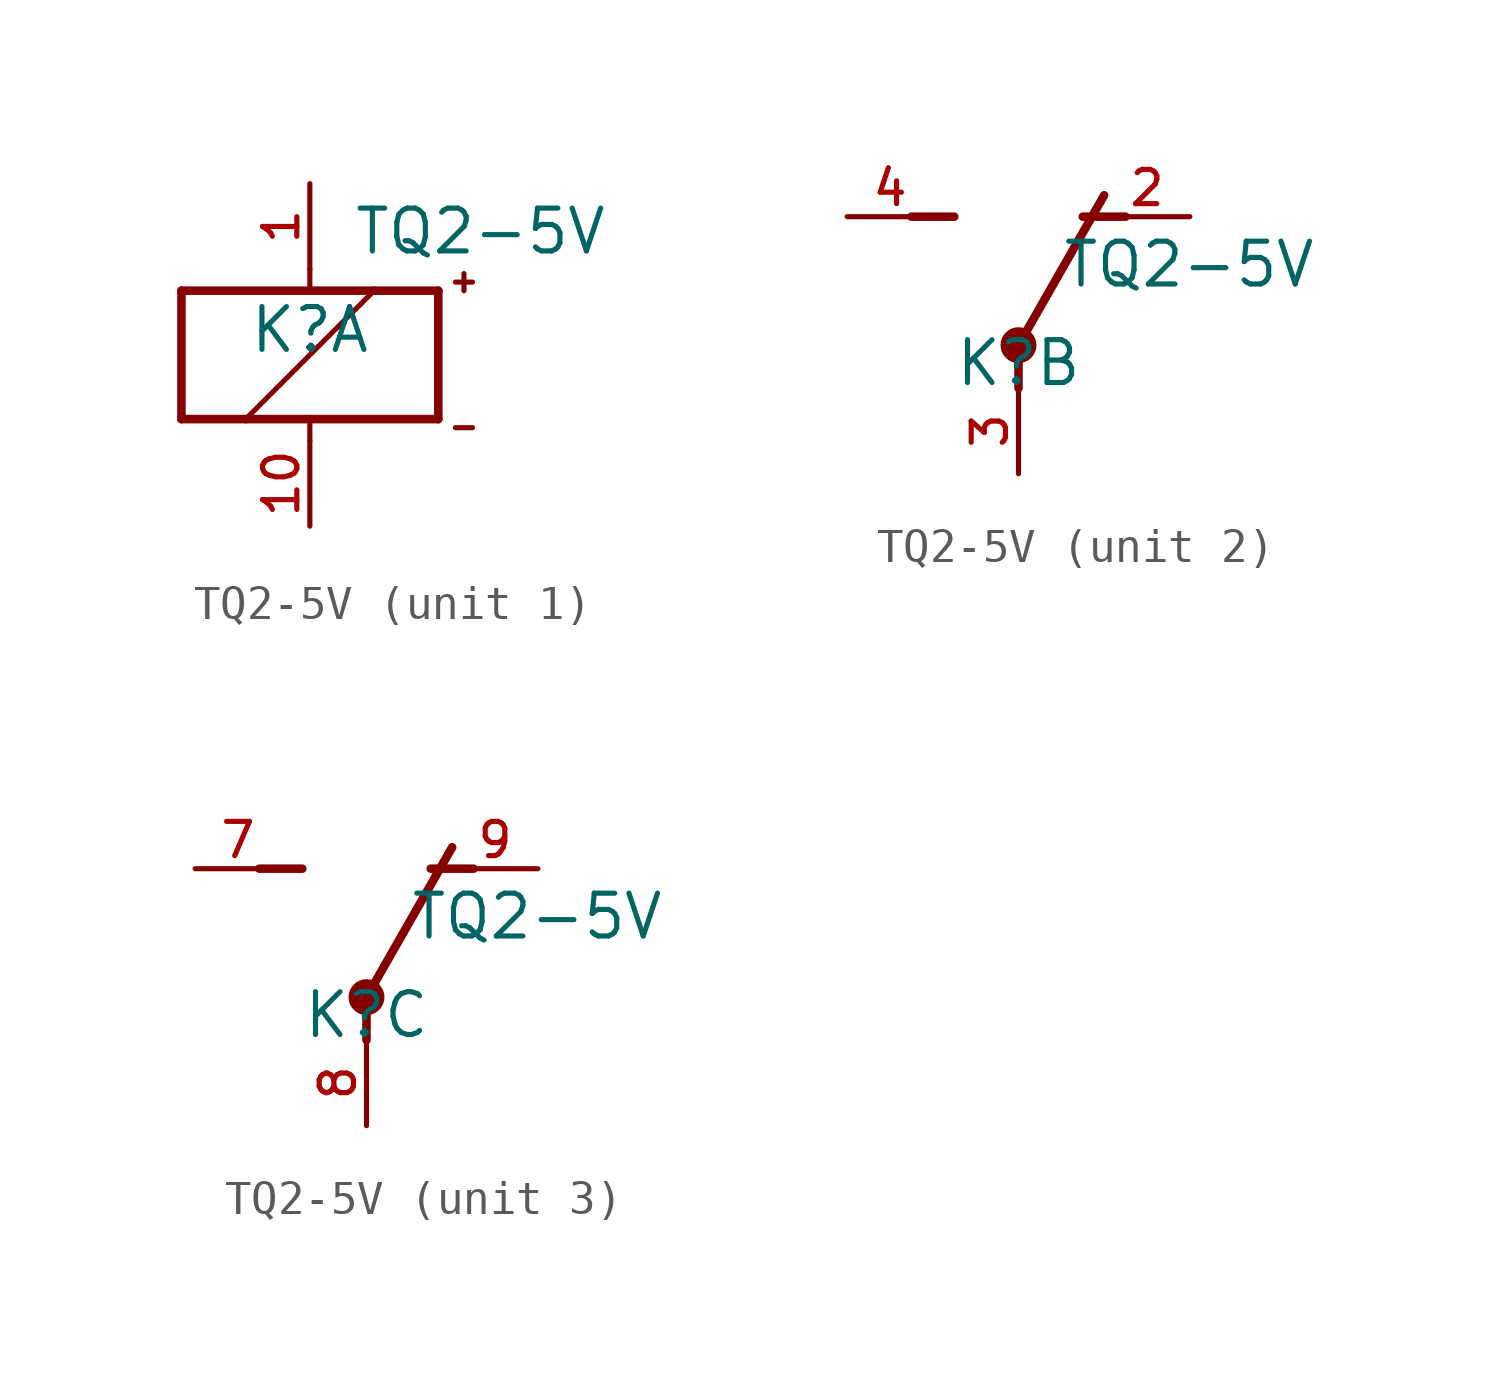
<source format=kicad_sym>
(kicad_symbol_lib
  (version 20241209)
  (generator "kicad_symbol_editor")
  (generator_version "9.0")
  (symbol "TQ2-5V"
    (pin_names
      (offset 1.016))
    (property "Reference" "K"
      (at 0 0 0)
      (effects (font (size 1.27 1.27)) (justify bottom)))
    (property "Value" "TQ2-5V"
      (at 1.27 2.921 0)
      (effects (font (size 1.27 1.27)) (justify left bottom)))
    (symbol "TQ2-5V_1_0"
      (polyline (pts (xy -3.81 1.905) (xy -3.81 -1.905)) (stroke (width 0.254) (type default)) (fill (type none)))
      (polyline (pts (xy -3.81 -1.905) (xy -1.905 -1.905)) (stroke (width 0.254) (type default)) (fill (type none)))
      (polyline (pts (xy -1.905 -1.905) (xy 0 -1.905)) (stroke (width 0.254) (type default)) (fill (type none)))
      (polyline (pts (xy -1.905 -1.905) (xy 1.905 1.905)) (stroke (width 0.152) (type default)) (fill (type none)))
      (polyline (pts (xy 0 2.54) (xy 0 1.905)) (stroke (width 0.152) (type default)) (fill (type none)))
      (polyline (pts (xy 0 1.905) (xy -3.81 1.905)) (stroke (width 0.254) (type default)) (fill (type none)))
      (polyline (pts (xy 0 -1.905) (xy 3.81 -1.905)) (stroke (width 0.254) (type default)) (fill (type none)))
      (polyline (pts (xy 0 -2.54) (xy 0 -1.905)) (stroke (width 0.152) (type default)) (fill (type none)))
      (polyline (pts (xy 1.905 1.905) (xy 0 1.905)) (stroke (width 0.254) (type default)) (fill (type none)))
      (polyline (pts (xy 3.81 1.905) (xy 1.905 1.905)) (stroke (width 0.254) (type default)) (fill (type none)))
      (polyline (pts (xy 3.81 -1.905) (xy 3.81 1.905)) (stroke (width 0.254) (type default)) (fill (type none)))
      (polyline (pts (xy 4.318 2.159) (xy 4.826 2.159)) (stroke (width 0.152) (type default)) (fill (type none)))
      (polyline (pts (xy 4.318 -2.159) (xy 4.826 -2.159)) (stroke (width 0.152) (type default)) (fill (type none)))
      (polyline (pts (xy 4.572 2.413) (xy 4.572 1.905)) (stroke (width 0.152) (type default)) (fill (type none)))
      (pin passive line (at 0 5.08 270) (length 2.54) (name "~" (effects (font (size 1.016 1.016)))) (number "1" (effects (font (size 1.016 1.016)))))
      (pin passive line (at 0 -5.08 90) (length 2.54) (name "~" (effects (font (size 1.016 1.016)))) (number "10" (effects (font (size 1.016 1.016))))))
    (symbol "TQ2-5V_2_0"
      (polyline (pts (xy -3.175 5.08) (xy -1.905 5.08)) (stroke (width 0.254) (type default)) (fill (type none)))
      (circle (center 0 1.27) (radius 0.127) (stroke (width 0.406) (type default)) (fill (type none)))
      (polyline (pts (xy 0 1.27) (xy 0 0)) (stroke (width 0.254) (type default)) (fill (type none)))
      (polyline (pts (xy 0 1.27) (xy 2.54 5.715)) (stroke (width 0.254) (type default)) (fill (type none)))
      (polyline (pts (xy 3.175 5.08) (xy 1.905 5.08)) (stroke (width 0.254) (type default)) (fill (type none)))
      (pin passive line (at -5.08 5.08 0) (length 2.54) (name "~" (effects (font (size 1.016 1.016)))) (number "4" (effects (font (size 1.016 1.016)))))
      (pin passive line (at 0 -2.54 90) (length 2.54) (name "~" (effects (font (size 1.016 1.016)))) (number "3" (effects (font (size 1.016 1.016)))))
      (pin passive line (at 5.08 5.08 180) (length 2.54) (name "~" (effects (font (size 1.016 1.016)))) (number "2" (effects (font (size 1.016 1.016))))))
    (symbol "TQ2-5V_3_0"
      (polyline (pts (xy -3.175 5.08) (xy -1.905 5.08)) (stroke (width 0.254) (type default)) (fill (type none)))
      (circle (center 0 1.27) (radius 0.127) (stroke (width 0.406) (type default)) (fill (type none)))
      (polyline (pts (xy 0 1.27) (xy 0 0)) (stroke (width 0.254) (type default)) (fill (type none)))
      (polyline (pts (xy 0 1.27) (xy 2.54 5.715)) (stroke (width 0.254) (type default)) (fill (type none)))
      (polyline (pts (xy 3.175 5.08) (xy 1.905 5.08)) (stroke (width 0.254) (type default)) (fill (type none)))
      (pin passive line (at -5.08 5.08 0) (length 2.54) (name "~" (effects (font (size 1.016 1.016)))) (number "7" (effects (font (size 1.016 1.016)))))
      (pin passive line (at 0 -2.54 90) (length 2.54) (name "~" (effects (font (size 1.016 1.016)))) (number "8" (effects (font (size 1.016 1.016)))))
      (pin passive line (at 5.08 5.08 180) (length 2.54) (name "~" (effects (font (size 1.016 1.016)))) (number "9" (effects (font (size 1.016 1.016))))))))
</source>
